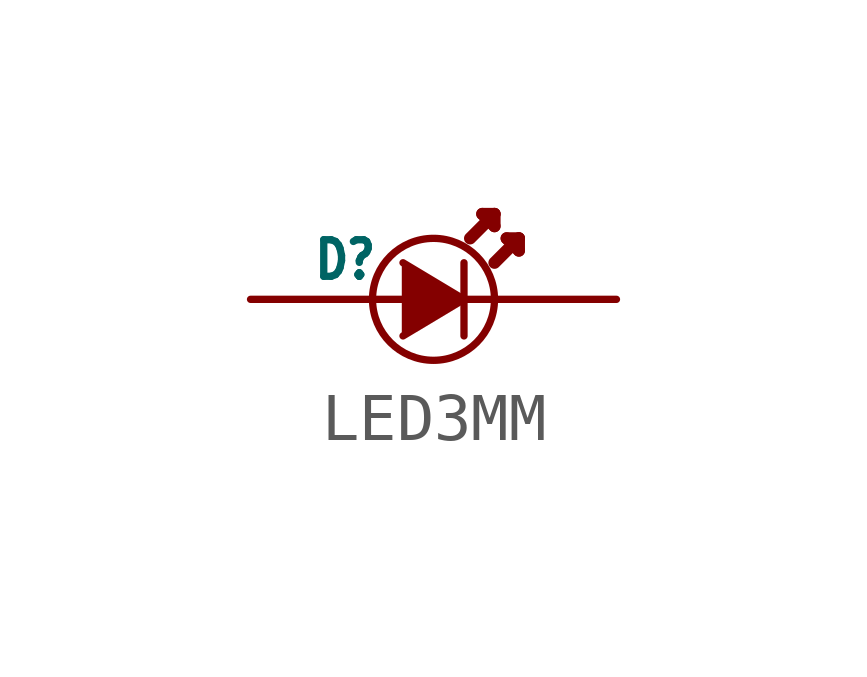
<source format=kicad_sym>
(kicad_symbol_lib
  (version 20211014)
  (generator kicad_symbol_editor)
  (symbol "LED3MM"
    (property "Reference" "D"
      (at -2.54 1.27 0)
      (effects (font (size 0.762 0.648)) (justify left top)))
    (property "ki_locked" ""
      (at 0 0 0)
      (effects (font (size 1.27 1.27))))
    (symbol "LED3MM_1_0"
      (polyline (pts (xy -1.27 0) (xy 0.635 0)) (stroke (width 0.152) (type default) (color 0 0 0 0)) (fill (type none)))
      (polyline (pts (xy -0.635 -0.762) (xy -0.635 0.762)) (stroke (width 0.051) (type default) (color 0 0 0 0)) (fill (type none)))
      (polyline (pts (xy -0.635 0.762) (xy 0.635 0)) (stroke (width 0.051) (type default) (color 0 0 0 0)) (fill (type none)))
      (polyline (pts (xy 0.635 0) (xy -0.635 -0.762)) (stroke (width 0.051) (type default) (color 0 0 0 0)) (fill (type none)))
      (polyline (pts (xy 0.635 0) (xy 0.635 -0.762)) (stroke (width 0.152) (type default) (color 0 0 0 0)) (fill (type none)))
      (polyline (pts (xy 0.635 0) (xy 1.27 0)) (stroke (width 0.152) (type default) (color 0 0 0 0)) (fill (type none)))
      (polyline (pts (xy 0.635 0.762) (xy 0.635 0)) (stroke (width 0.152) (type default) (color 0 0 0 0)) (fill (type none)))
      (polyline (pts (xy 0.762 1.27) (xy 1.27 1.778)) (stroke (width 0.254) (type default) (color 0 0 0 0)) (fill (type none)))
      (polyline (pts (xy 1.016 1.778) (xy 1.27 1.524)) (stroke (width 0.254) (type default) (color 0 0 0 0)) (fill (type none)))
      (polyline (pts (xy 1.27 0.762) (xy 1.778 1.27)) (stroke (width 0.254) (type default) (color 0 0 0 0)) (fill (type none)))
      (polyline (pts (xy 1.27 1.524) (xy 1.27 1.778)) (stroke (width 0.254) (type default) (color 0 0 0 0)) (fill (type none)))
      (polyline (pts (xy 1.27 1.778) (xy 1.016 1.778)) (stroke (width 0.254) (type default) (color 0 0 0 0)) (fill (type none)))
      (polyline (pts (xy 1.524 1.27) (xy 1.778 1.016)) (stroke (width 0.254) (type default) (color 0 0 0 0)) (fill (type none)))
      (polyline (pts (xy 1.778 1.016) (xy 1.778 1.27)) (stroke (width 0.254) (type default) (color 0 0 0 0)) (fill (type none)))
      (polyline (pts (xy 1.778 1.27) (xy 1.524 1.27)) (stroke (width 0.254) (type default) (color 0 0 0 0)) (fill (type none)))
      (polyline (pts (xy -0.635 0.762) (xy 0.635 0) (xy -0.635 -0.762)) (stroke (width 0) (type default) (color 0 0 0 0)) (fill (type outline)))
      (circle (center 0 0) (radius 1.27) (stroke (width 0.152) (type default) (color 0 0 0 0)) (fill (type none)))
      (pin passive line (at -3.81 0 0) (length 2.54) (name "+" (effects (font (size 0 0)))) (number "+" (effects (font (size 0 0)))))
      (pin passive line (at 3.81 0 180) (length 2.54) (name "-" (effects (font (size 0 0)))) (number "-" (effects (font (size 0 0))))))))
</source>
